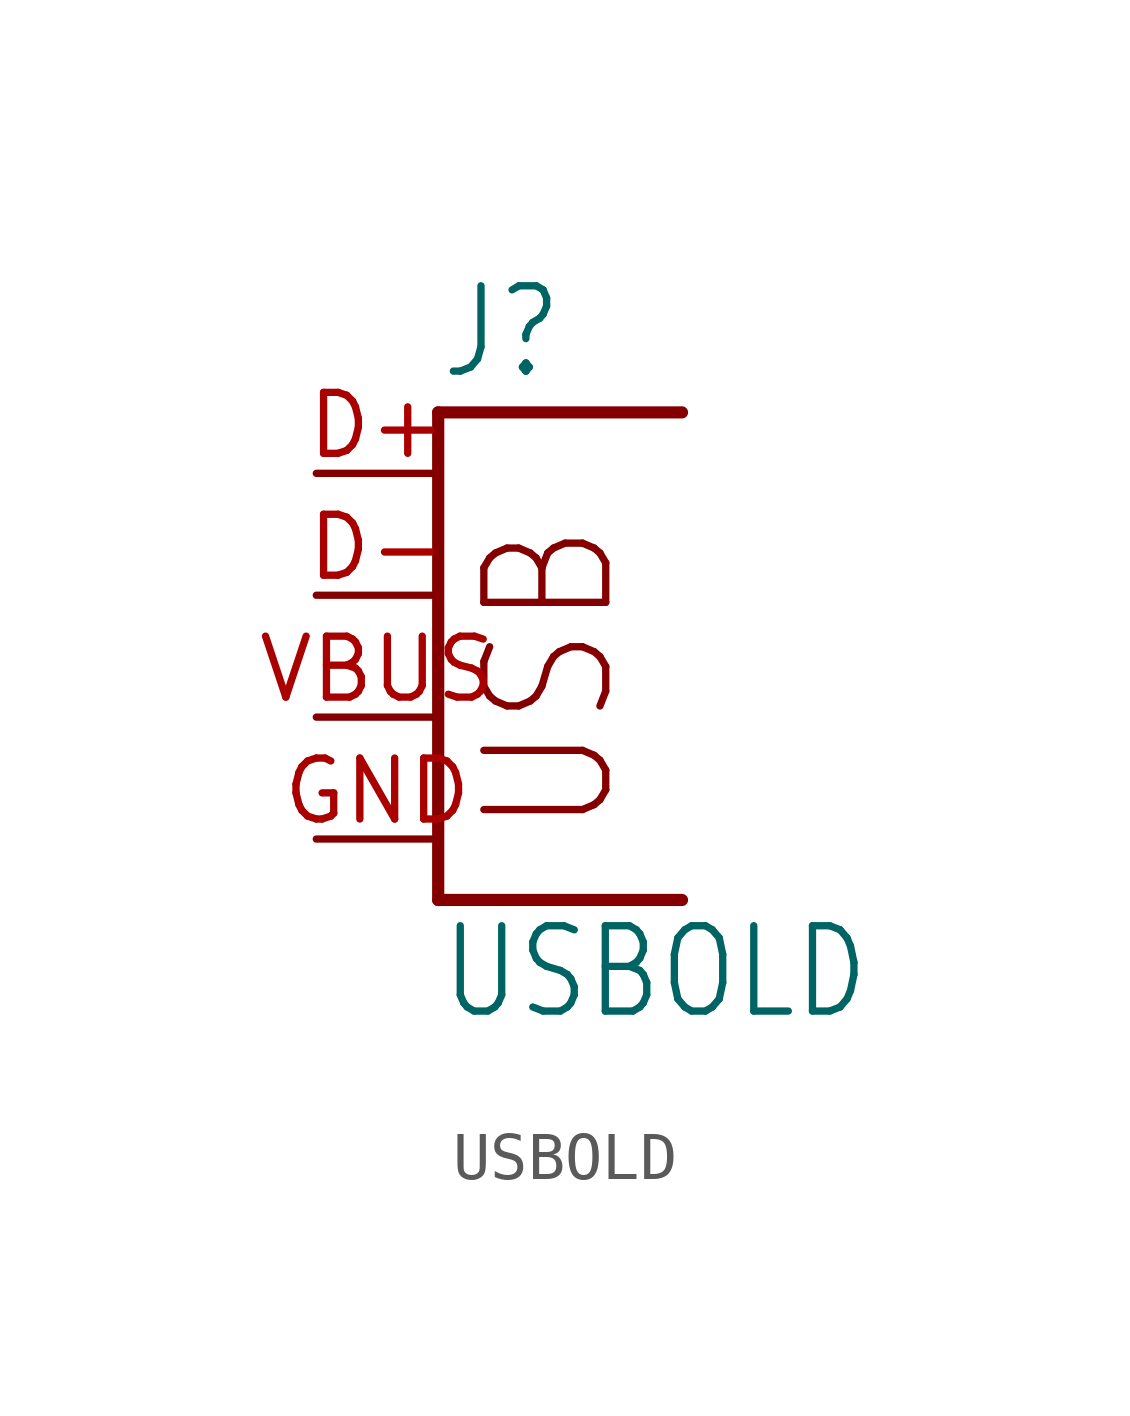
<source format=kicad_sym>
(kicad_symbol_lib
  (version 20211014)
  (generator kicad_symbol_editor)
  (symbol "USBOLD"
    (property "Reference" "J"
      (at 0 9.525 0)
      (effects (font (size 1.778 1.511)) (justify left bottom)))
    (property "Value" "USBOLD"
      (at 0 -3.81 0)
      (effects (font (size 1.778 1.511)) (justify left bottom)))
    (property "ki_locked" ""
      (at 0 0 0)
      (effects (font (size 1.27 1.27))))
    (symbol "USBOLD_1_0"
      (polyline (pts (xy 0 -1.27) (xy 5.08 -1.27)) (stroke (width 0.254) (type default) (color 0 0 0 0)) (fill (type none)))
      (polyline (pts (xy 0 8.89) (xy 0 -1.27)) (stroke (width 0.254) (type default) (color 0 0 0 0)) (fill (type none)))
      (polyline (pts (xy 5.08 8.89) (xy 0 8.89)) (stroke (width 0.254) (type default) (color 0 0 0 0)) (fill (type none)))
      (text "USB" (at 3.81 0 900) (effects (font (size 2.54 2.159)) (justify left bottom)))
      (pin bidirectional line (at -2.54 7.62 0) (length 2.54) (name "D+" (effects (font (size 0 0)))) (number "D+" (effects (font (size 1.27 1.27)))))
      (pin bidirectional line (at -2.54 5.08 0) (length 2.54) (name "D-" (effects (font (size 0 0)))) (number "D-" (effects (font (size 1.27 1.27)))))
      (pin bidirectional line (at -2.54 0 0) (length 2.54) (name "GND" (effects (font (size 0 0)))) (number "GND" (effects (font (size 1.27 1.27)))))
      (pin bidirectional line (at -2.54 2.54 0) (length 2.54) (name "VBUS" (effects (font (size 0 0)))) (number "VBUS" (effects (font (size 1.27 1.27))))))))
</source>
